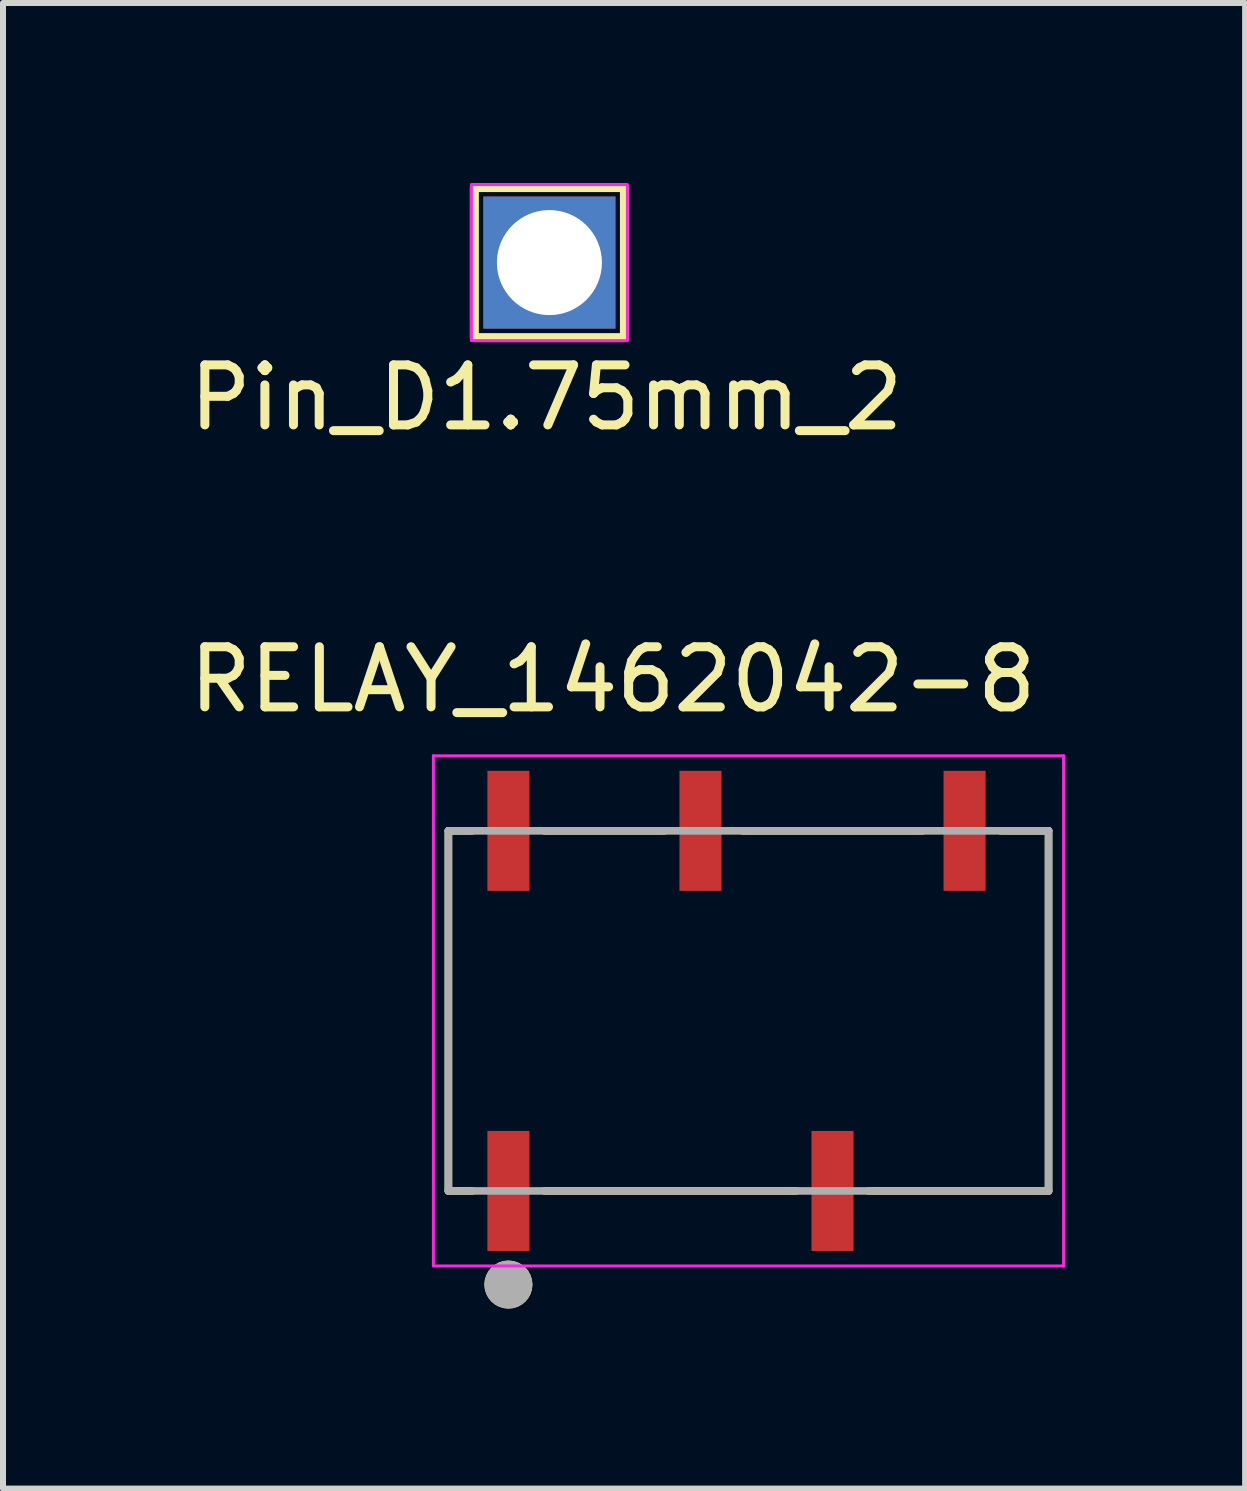
<source format=kicad_pcb>
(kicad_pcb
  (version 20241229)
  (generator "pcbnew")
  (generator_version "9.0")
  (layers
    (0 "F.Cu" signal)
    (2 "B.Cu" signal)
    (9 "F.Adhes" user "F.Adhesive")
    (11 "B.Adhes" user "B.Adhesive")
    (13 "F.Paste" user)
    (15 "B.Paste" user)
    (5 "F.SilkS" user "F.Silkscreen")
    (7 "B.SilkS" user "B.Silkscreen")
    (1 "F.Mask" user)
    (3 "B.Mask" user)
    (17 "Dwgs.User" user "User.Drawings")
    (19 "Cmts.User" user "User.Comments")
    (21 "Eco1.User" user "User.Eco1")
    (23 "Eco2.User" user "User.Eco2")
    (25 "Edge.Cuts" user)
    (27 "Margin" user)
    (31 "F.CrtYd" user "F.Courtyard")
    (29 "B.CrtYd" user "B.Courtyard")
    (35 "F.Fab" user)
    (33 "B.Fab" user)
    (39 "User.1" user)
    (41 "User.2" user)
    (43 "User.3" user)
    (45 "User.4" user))
  (footprint "RELAY_1462042-8"
    (layer "F.Cu")
    (at 9.421 13.793)
    (property "Reference" "RELAY_1462042-8" (at -2.259 -5.521 0) (layer "F.SilkS") (effects (font (size 1.002 1.002) (thickness 0.15))))
    (attr smd)
    (fp_line (start -5 -3) (end -5 3) (stroke (width 0.127) (type solid)) (layer "F.SilkS"))
    (fp_line (start -5 3) (end -4.6 3) (stroke (width 0.127) (type solid)) (layer "F.SilkS"))
    (fp_line (start -4.6 -3) (end -5 -3) (stroke (width 0.127) (type solid)) (layer "F.SilkS"))
    (fp_line (start -3.4 -3) (end -1.4 -3) (stroke (width 0.127) (type solid)) (layer "F.SilkS"))
    (fp_line (start -3.4 3) (end 0.8 3) (stroke (width 0.127) (type solid)) (layer "F.SilkS"))
    (fp_line (start -0.1 -3) (end 2.9 -3) (stroke (width 0.127) (type solid)) (layer "F.SilkS"))
    (fp_line (start 2 3) (end 5 3) (stroke (width 0.127) (type solid)) (layer "F.SilkS"))
    (fp_line (start 4.2 -3) (end 5 -3) (stroke (width 0.127) (type solid)) (layer "F.SilkS"))
    (fp_line (start 5 3) (end 5 -3) (stroke (width 0.127) (type solid)) (layer "F.SilkS"))
    (fp_circle (center -4 4.56) (end -3.8 4.56) (stroke (width 0.4) (type solid)) (fill no) (layer "F.SilkS"))
    (fp_line (start -5.25 -4.25) (end -5.25 4.25) (stroke (width 0.05) (type solid)) (layer "F.CrtYd"))
    (fp_line (start -5.25 4.25) (end 5.25 4.25) (stroke (width 0.05) (type solid)) (layer "F.CrtYd"))
    (fp_line (start 5.25 -4.25) (end -5.25 -4.25) (stroke (width 0.05) (type solid)) (layer "F.CrtYd"))
    (fp_line (start 5.25 4.25) (end 5.25 -4.25) (stroke (width 0.05) (type solid)) (layer "F.CrtYd"))
    (fp_line (start -5 -3) (end -5 3) (stroke (width 0.127) (type solid)) (layer "F.Fab"))
    (fp_line (start -5 3) (end 5 3) (stroke (width 0.127) (type solid)) (layer "F.Fab"))
    (fp_line (start 5 -3) (end -5 -3) (stroke (width 0.127) (type solid)) (layer "F.Fab"))
    (fp_line (start 5 3) (end 5 -3) (stroke (width 0.127) (type solid)) (layer "F.Fab"))
    (fp_circle (center -4 4.56) (end -3.8 4.56) (stroke (width 0.4) (type solid)) (fill no) (layer "F.Fab"))
    (pad "1" smd rect (at -4 3) (size 0.7 2) (layers "F.Cu" "F.Mask" "F.Paste"))
    (pad "3" smd rect (at 1.4 3) (size 0.7 2) (layers "F.Cu" "F.Mask" "F.Paste"))
    (pad "5" smd rect (at 3.6 -3) (size 0.7 2) (layers "F.Cu" "F.Mask" "F.Paste"))
    (pad "7" smd rect (at -0.8 -3) (size 0.7 2) (layers "F.Cu" "F.Mask" "F.Paste"))
    (pad "8" smd rect (at -4 -3) (size 0.7 2) (layers "F.Cu" "F.Mask" "F.Paste")))
  (footprint "Pin_D1.75mm_2"
    (layer "F.Cu")
    (at 6.104 1.325)
    (property "Reference" "Pin_D1.75mm_2" (at -0.05 2.25 0) (layer "F.SilkS") (effects (font (size 1 1) (thickness 0.15))))
    (attr through_hole)
    (fp_rect (start -1.25 -1.25) (end 1.25 1.25) (stroke (width 0.15) (type default)) (fill no) (layer "F.SilkS"))
    (fp_rect (start -1.3 -1.3) (end 1.3 1.3) (stroke (width 0.05) (type default)) (fill no) (layer "F.CrtYd"))
    (pad "1" thru_hole rect (at 0 0) (size 2.2 2.2) (drill 1.75) (layers "*.Cu" "*.Mask")))
  (gr_rect
    (start -3 -3)
    (end 17.696 21.753)
    (stroke (width 0.1) (type default))
    (fill no)
    (layer "Edge.Cuts")))
</source>
